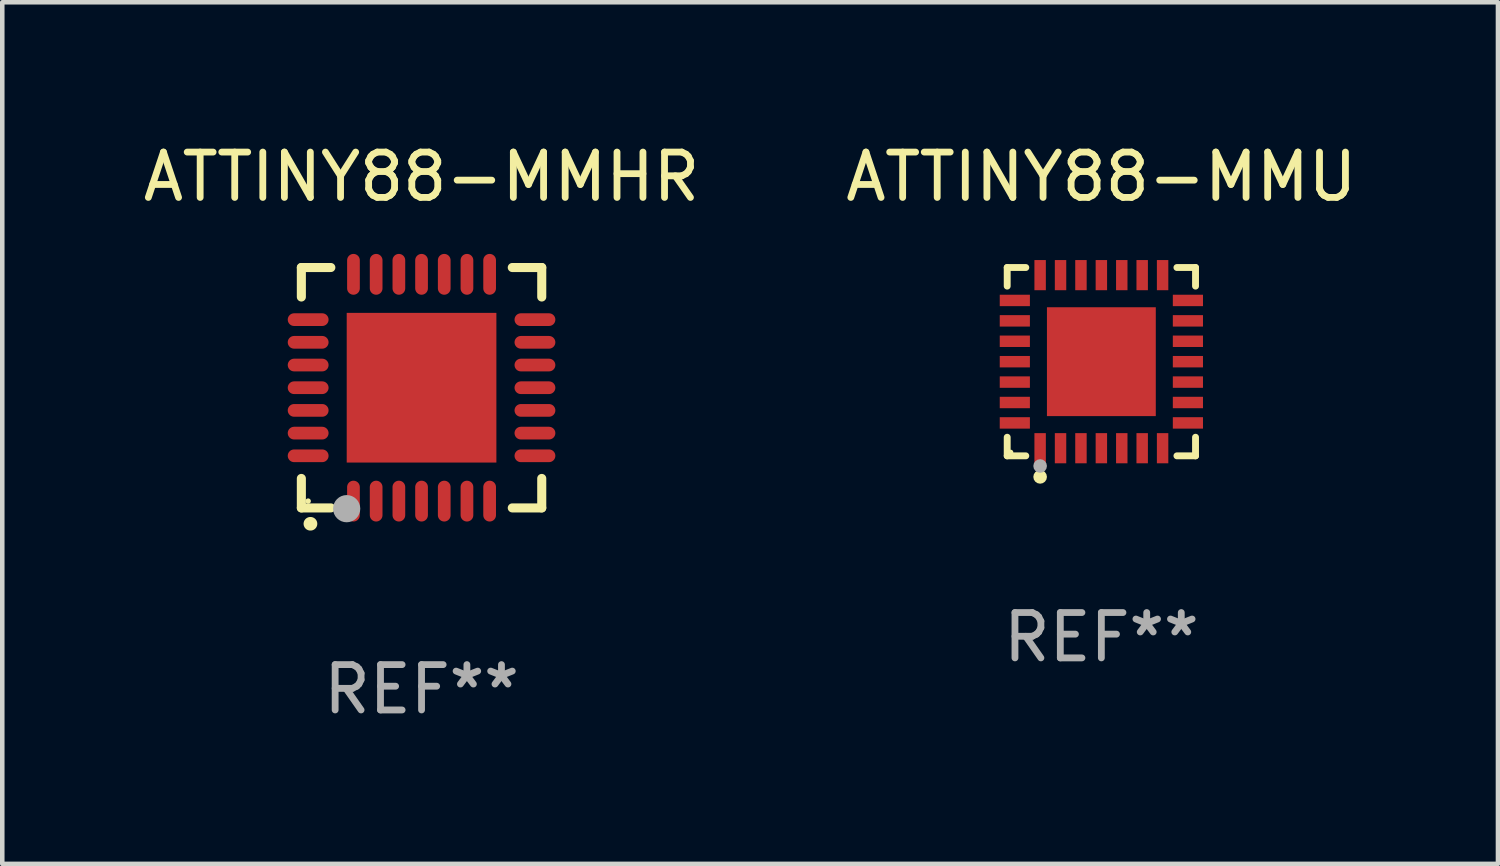
<source format=kicad_pcb>
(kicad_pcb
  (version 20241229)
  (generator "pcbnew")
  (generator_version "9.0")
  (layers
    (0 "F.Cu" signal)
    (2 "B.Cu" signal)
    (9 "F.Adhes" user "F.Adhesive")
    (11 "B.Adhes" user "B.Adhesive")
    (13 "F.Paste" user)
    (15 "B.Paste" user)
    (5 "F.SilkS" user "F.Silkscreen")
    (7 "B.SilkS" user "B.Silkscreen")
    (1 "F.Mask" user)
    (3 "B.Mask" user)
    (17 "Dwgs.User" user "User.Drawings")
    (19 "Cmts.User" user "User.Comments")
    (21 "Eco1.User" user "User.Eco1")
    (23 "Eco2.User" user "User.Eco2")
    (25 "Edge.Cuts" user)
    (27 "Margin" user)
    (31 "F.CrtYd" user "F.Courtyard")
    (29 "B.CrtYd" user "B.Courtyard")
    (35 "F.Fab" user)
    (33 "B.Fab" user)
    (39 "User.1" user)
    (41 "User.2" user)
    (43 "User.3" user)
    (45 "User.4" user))
  (footprint "ATTINY88-MMU"
    (layer "F.Cu")
    (at 21.232 4.924)
    (property "Reference" "ATTINY88-MMU" (at 0 -4.076 0) (layer "F.SilkS") (effects (font (size 1 1) (thickness 0.15))))
    (attr through_hole)
    (fp_line (start -2.076 -2.076) (end -1.666 -2.076) (stroke (width 0.152) (type solid)) (layer "F.SilkS"))
    (fp_line (start -2.076 -1.666) (end -2.076 -2.076) (stroke (width 0.152) (type solid)) (layer "F.SilkS"))
    (fp_line (start -2.076 1.666) (end -2.076 2.076) (stroke (width 0.152) (type solid)) (layer "F.SilkS"))
    (fp_line (start -2.076 2.076) (end -1.666 2.076) (stroke (width 0.152) (type solid)) (layer "F.SilkS"))
    (fp_line (start 2.076 -2.076) (end 1.666 -2.076) (stroke (width 0.152) (type solid)) (layer "F.SilkS"))
    (fp_line (start 2.076 -1.666) (end 2.076 -2.076) (stroke (width 0.152) (type solid)) (layer "F.SilkS"))
    (fp_line (start 2.076 1.666) (end 2.076 2.076) (stroke (width 0.152) (type solid)) (layer "F.SilkS"))
    (fp_line (start 2.076 2.076) (end 1.666 2.076) (stroke (width 0.152) (type solid)) (layer "F.SilkS"))
    (fp_circle (center -2 2) (end -1.97 2) (stroke (width 0.06) (type solid)) (fill no) (layer "F.SilkS"))
    (fp_circle (center -1.35 2.54) (end -1.275 2.54) (stroke (width 0.15) (type solid)) (fill no) (layer "F.SilkS"))
    (fp_circle (center -1.35 2.3) (end -1.275 2.3) (stroke (width 0.15) (type solid)) (fill no) (layer "F.Fab"))
    (fp_text user "REF**" (at 0 6.076 0) (layer "F.Fab") (effects (font (size 1 1) (thickness 0.15))))
    (pad "1" smd rect (at -1.35 1.908) (size 0.252 0.665) (layers "F.Cu" "F.Mask" "F.Paste"))
    (pad "2" smd rect (at -0.9 1.908) (size 0.252 0.665) (layers "F.Cu" "F.Mask" "F.Paste"))
    (pad "3" smd rect (at -0.45 1.908) (size 0.252 0.665) (layers "F.Cu" "F.Mask" "F.Paste"))
    (pad "4" smd rect (at 0 1.908) (size 0.252 0.665) (layers "F.Cu" "F.Mask" "F.Paste"))
    (pad "5" smd rect (at 0.45 1.908) (size 0.252 0.665) (layers "F.Cu" "F.Mask" "F.Paste"))
    (pad "6" smd rect (at 0.9 1.908) (size 0.252 0.665) (layers "F.Cu" "F.Mask" "F.Paste"))
    (pad "7" smd rect (at 1.35 1.908) (size 0.252 0.665) (layers "F.Cu" "F.Mask" "F.Paste"))
    (pad "8" smd rect (at 1.908 1.35) (size 0.665 0.252) (layers "F.Cu" "F.Mask" "F.Paste"))
    (pad "9" smd rect (at 1.908 0.9) (size 0.665 0.252) (layers "F.Cu" "F.Mask" "F.Paste"))
    (pad "10" smd rect (at 1.908 0.45) (size 0.665 0.252) (layers "F.Cu" "F.Mask" "F.Paste"))
    (pad "11" smd rect (at 1.908 0) (size 0.665 0.252) (layers "F.Cu" "F.Mask" "F.Paste"))
    (pad "12" smd rect (at 1.908 -0.45) (size 0.665 0.252) (layers "F.Cu" "F.Mask" "F.Paste"))
    (pad "13" smd rect (at 1.908 -0.9) (size 0.665 0.252) (layers "F.Cu" "F.Mask" "F.Paste"))
    (pad "14" smd rect (at 1.908 -1.35) (size 0.665 0.252) (layers "F.Cu" "F.Mask" "F.Paste"))
    (pad "15" smd rect (at 1.35 -1.908) (size 0.252 0.665) (layers "F.Cu" "F.Mask" "F.Paste"))
    (pad "16" smd rect (at 0.9 -1.908) (size 0.252 0.665) (layers "F.Cu" "F.Mask" "F.Paste"))
    (pad "17" smd rect (at 0.45 -1.908) (size 0.252 0.665) (layers "F.Cu" "F.Mask" "F.Paste"))
    (pad "18" smd rect (at 0 -1.908) (size 0.252 0.665) (layers "F.Cu" "F.Mask" "F.Paste"))
    (pad "19" smd rect (at -0.45 -1.908) (size 0.252 0.665) (layers "F.Cu" "F.Mask" "F.Paste"))
    (pad "20" smd rect (at -0.9 -1.908) (size 0.252 0.665) (layers "F.Cu" "F.Mask" "F.Paste"))
    (pad "21" smd rect (at -1.35 -1.908) (size 0.252 0.665) (layers "F.Cu" "F.Mask" "F.Paste"))
    (pad "22" smd rect (at -1.908 -1.35) (size 0.665 0.252) (layers "F.Cu" "F.Mask" "F.Paste"))
    (pad "23" smd rect (at -1.908 -0.9) (size 0.665 0.252) (layers "F.Cu" "F.Mask" "F.Paste"))
    (pad "24" smd rect (at -1.908 -0.45) (size 0.665 0.252) (layers "F.Cu" "F.Mask" "F.Paste"))
    (pad "25" smd rect (at -1.908 0) (size 0.665 0.252) (layers "F.Cu" "F.Mask" "F.Paste"))
    (pad "26" smd rect (at -1.908 0.45) (size 0.665 0.252) (layers "F.Cu" "F.Mask" "F.Paste"))
    (pad "27" smd rect (at -1.908 0.9) (size 0.665 0.252) (layers "F.Cu" "F.Mask" "F.Paste"))
    (pad "28" smd rect (at -1.908 1.35) (size 0.665 0.252) (layers "F.Cu" "F.Mask" "F.Paste"))
    (pad "29" smd rect (at 0 0) (size 2.4 2.4) (layers "F.Cu" "F.Mask" "F.Paste")))
  (footprint "ATTINY88-MMHR"
    (layer "F.Cu")
    (at 6.244 5.498)
    (property "Reference" "ATTINY88-MMHR" (at 0 -4.65 0) (layer "F.SilkS") (effects (font (size 1 1) (thickness 0.15))))
    (attr through_hole)
    (fp_line (start -2.65 -2.65) (end -2.65 -2) (stroke (width 0.2) (type solid)) (layer "F.SilkS"))
    (fp_line (start -2.65 2.65) (end -2.65 2) (stroke (width 0.2) (type solid)) (layer "F.SilkS"))
    (fp_line (start -2 -2.65) (end -2.65 -2.65) (stroke (width 0.2) (type solid)) (layer "F.SilkS"))
    (fp_line (start -2 2.65) (end -2.65 2.65) (stroke (width 0.2) (type solid)) (layer "F.SilkS"))
    (fp_line (start 2 2.65) (end 2.65 2.65) (stroke (width 0.2) (type solid)) (layer "F.SilkS"))
    (fp_line (start 2.65 -2.65) (end 2 -2.65) (stroke (width 0.2) (type solid)) (layer "F.SilkS"))
    (fp_line (start 2.65 -2) (end 2.65 -2.65) (stroke (width 0.2) (type solid)) (layer "F.SilkS"))
    (fp_line (start 2.65 2.65) (end 2.65 2) (stroke (width 0.2) (type solid)) (layer "F.SilkS"))
    (fp_arc (start -2.451105 2.999746) (mid -2.449835 2.999741) (end -2.448565 2.999746) (stroke (width 0.3) (type solid)) (layer "F.SilkS"))
    (fp_circle (center -2.5 2.5) (end -2.47 2.5) (stroke (width 0.06) (type solid)) (fill no) (layer "F.SilkS"))
    (fp_circle (center -1.651 2.667) (end -1.501 2.667) (stroke (width 0.3) (type solid)) (fill no) (layer "F.Fab"))
    (fp_text user "REF**" (at 0 6.65 0) (layer "F.Fab") (effects (font (size 1 1) (thickness 0.15))))
    (pad "1" smd oval (at -1.501 2.5 180) (size 0.28 0.9) (layers "F.Cu" "F.Mask" "F.Paste"))
    (pad "2" smd oval (at -1.001 2.5 180) (size 0.28 0.9) (layers "F.Cu" "F.Mask" "F.Paste"))
    (pad "3" smd oval (at -0.5 2.5 180) (size 0.28 0.9) (layers "F.Cu" "F.Mask" "F.Paste"))
    (pad "4" smd oval (at 0 2.5 180) (size 0.28 0.9) (layers "F.Cu" "F.Mask" "F.Paste"))
    (pad "5" smd oval (at 0.5 2.5 180) (size 0.28 0.9) (layers "F.Cu" "F.Mask" "F.Paste"))
    (pad "6" smd oval (at 1.001 2.5 180) (size 0.28 0.9) (layers "F.Cu" "F.Mask" "F.Paste"))
    (pad "7" smd oval (at 1.501 2.5 180) (size 0.28 0.9) (layers "F.Cu" "F.Mask" "F.Paste"))
    (pad "8" smd oval (at 2.5 1.501 90) (size 0.28 0.9) (layers "F.Cu" "F.Mask" "F.Paste"))
    (pad "9" smd oval (at 2.5 1.001 90) (size 0.28 0.9) (layers "F.Cu" "F.Mask" "F.Paste"))
    (pad "10" smd oval (at 2.5 0.5 90) (size 0.28 0.9) (layers "F.Cu" "F.Mask" "F.Paste"))
    (pad "11" smd oval (at 2.5 0 90) (size 0.28 0.9) (layers "F.Cu" "F.Mask" "F.Paste"))
    (pad "12" smd oval (at 2.5 -0.5 90) (size 0.28 0.9) (layers "F.Cu" "F.Mask" "F.Paste"))
    (pad "13" smd oval (at 2.5 -1.001 90) (size 0.28 0.9) (layers "F.Cu" "F.Mask" "F.Paste"))
    (pad "14" smd oval (at 2.5 -1.501 90) (size 0.28 0.9) (layers "F.Cu" "F.Mask" "F.Paste"))
    (pad "15" smd oval (at 1.501 -2.5 180) (size 0.28 0.9) (layers "F.Cu" "F.Mask" "F.Paste"))
    (pad "16" smd oval (at 1.001 -2.5 180) (size 0.28 0.9) (layers "F.Cu" "F.Mask" "F.Paste"))
    (pad "17" smd oval (at 0.5 -2.5 180) (size 0.28 0.9) (layers "F.Cu" "F.Mask" "F.Paste"))
    (pad "18" smd oval (at 0 -2.5 180) (size 0.28 0.9) (layers "F.Cu" "F.Mask" "F.Paste"))
    (pad "19" smd oval (at -0.5 -2.5 180) (size 0.28 0.9) (layers "F.Cu" "F.Mask" "F.Paste"))
    (pad "20" smd oval (at -1.001 -2.5 180) (size 0.28 0.9) (layers "F.Cu" "F.Mask" "F.Paste"))
    (pad "21" smd oval (at -1.501 -2.5 180) (size 0.28 0.9) (layers "F.Cu" "F.Mask" "F.Paste"))
    (pad "22" smd oval (at -2.5 -1.501 90) (size 0.28 0.9) (layers "F.Cu" "F.Mask" "F.Paste"))
    (pad "23" smd oval (at -2.5 -1.001 90) (size 0.28 0.9) (layers "F.Cu" "F.Mask" "F.Paste"))
    (pad "24" smd oval (at -2.5 -0.5 90) (size 0.28 0.9) (layers "F.Cu" "F.Mask" "F.Paste"))
    (pad "25" smd oval (at -2.5 0 90) (size 0.28 0.9) (layers "F.Cu" "F.Mask" "F.Paste"))
    (pad "26" smd oval (at -2.5 0.5 90) (size 0.28 0.9) (layers "F.Cu" "F.Mask" "F.Paste"))
    (pad "27" smd oval (at -2.5 1.001 90) (size 0.28 0.9) (layers "F.Cu" "F.Mask" "F.Paste"))
    (pad "28" smd oval (at -2.5 1.501 90) (size 0.28 0.9) (layers "F.Cu" "F.Mask" "F.Paste"))
    (pad "29" smd rect (at 0 0 90) (size 3.3 3.3) (layers "F.Cu" "F.Mask" "F.Paste")))
  (gr_rect
    (start -3 -3)
    (end 29.976 15.996)
    (stroke (width 0.1) (type default))
    (fill no)
    (layer "Edge.Cuts")))
</source>
